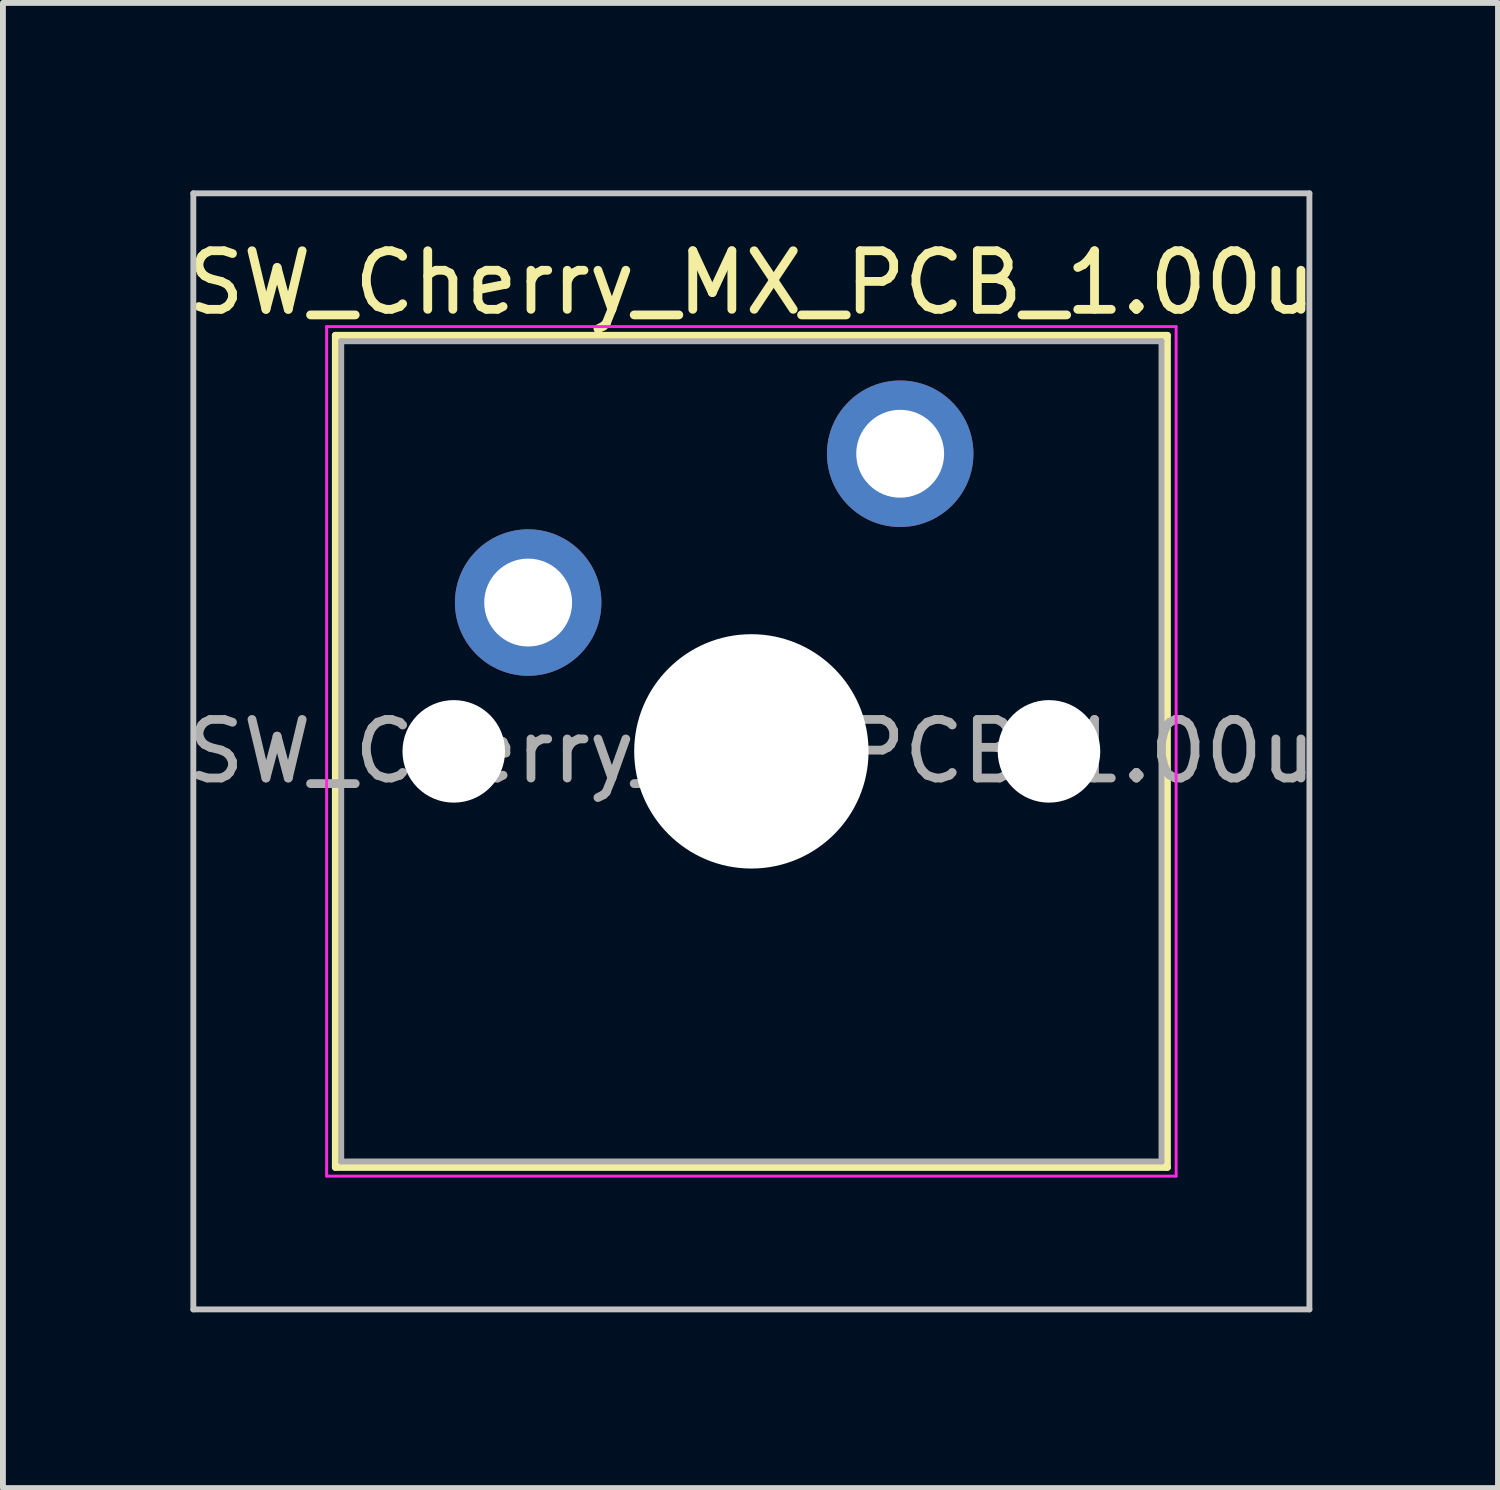
<source format=kicad_pcb>
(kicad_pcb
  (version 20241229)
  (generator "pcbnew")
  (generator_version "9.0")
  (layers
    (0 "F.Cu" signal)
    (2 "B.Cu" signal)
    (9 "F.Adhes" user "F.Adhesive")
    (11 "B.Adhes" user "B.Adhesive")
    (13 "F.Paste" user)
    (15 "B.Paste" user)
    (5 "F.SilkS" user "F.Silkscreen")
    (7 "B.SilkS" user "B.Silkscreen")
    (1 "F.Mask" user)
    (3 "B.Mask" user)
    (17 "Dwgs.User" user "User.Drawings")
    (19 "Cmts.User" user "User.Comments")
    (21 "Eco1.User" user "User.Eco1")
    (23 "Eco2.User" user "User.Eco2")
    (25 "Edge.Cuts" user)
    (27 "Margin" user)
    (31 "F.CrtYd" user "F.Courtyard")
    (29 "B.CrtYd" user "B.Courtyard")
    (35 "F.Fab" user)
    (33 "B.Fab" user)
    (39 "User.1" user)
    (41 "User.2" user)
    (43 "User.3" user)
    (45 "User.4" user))
  (footprint "SW_Cherry_MX_PCB_1.00u"
    (layer "F.Cu")
    (at 0.25 0.25)
    (property "Reference" "SW_Cherry_MX_PCB_1.00u" (at 9.525 1.525 0) (layer "F.SilkS") (effects (font (size 1 1) (thickness 0.15))))
    (attr through_hole)
    (fp_line (start 2.425 2.425) (end 2.425 16.625) (stroke (width 0.12) (type solid)) (layer "F.SilkS"))
    (fp_line (start 2.425 16.625) (end 16.625 16.625) (stroke (width 0.12) (type solid)) (layer "F.SilkS"))
    (fp_line (start 16.625 2.425) (end 2.425 2.425) (stroke (width 0.12) (type solid)) (layer "F.SilkS"))
    (fp_line (start 16.625 16.625) (end 16.625 2.425) (stroke (width 0.12) (type solid)) (layer "F.SilkS"))
    (fp_line (start 0 0) (end 0 19.05) (stroke (width 0.1) (type solid)) (layer "Dwgs.User"))
    (fp_line (start 0 19.05) (end 19.05 19.05) (stroke (width 0.1) (type solid)) (layer "Dwgs.User"))
    (fp_line (start 19.05 0) (end 0 0) (stroke (width 0.1) (type solid)) (layer "Dwgs.User"))
    (fp_line (start 19.05 19.05) (end 19.05 0) (stroke (width 0.1) (type solid)) (layer "Dwgs.User"))
    (fp_line (start 2.525 2.525) (end 2.525 16.525) (stroke (width 0.1) (type solid)) (layer "Eco1.User"))
    (fp_line (start 2.525 16.525) (end 16.525 16.525) (stroke (width 0.1) (type solid)) (layer "Eco1.User"))
    (fp_line (start 16.525 2.525) (end 2.525 2.525) (stroke (width 0.1) (type solid)) (layer "Eco1.User"))
    (fp_line (start 16.525 16.525) (end 16.525 2.525) (stroke (width 0.1) (type solid)) (layer "Eco1.User"))
    (fp_line (start 2.275 2.275) (end 2.275 16.775) (stroke (width 0.05) (type solid)) (layer "F.CrtYd"))
    (fp_line (start 2.275 16.775) (end 16.775 16.775) (stroke (width 0.05) (type solid)) (layer "F.CrtYd"))
    (fp_line (start 16.775 2.275) (end 2.275 2.275) (stroke (width 0.05) (type solid)) (layer "F.CrtYd"))
    (fp_line (start 16.775 16.775) (end 16.775 2.275) (stroke (width 0.05) (type solid)) (layer "F.CrtYd"))
    (fp_line (start 2.525 2.525) (end 2.525 16.525) (stroke (width 0.1) (type solid)) (layer "F.Fab"))
    (fp_line (start 2.525 16.525) (end 16.525 16.525) (stroke (width 0.1) (type solid)) (layer "F.Fab"))
    (fp_line (start 16.525 2.525) (end 2.525 2.525) (stroke (width 0.1) (type solid)) (layer "F.Fab"))
    (fp_line (start 16.525 16.525) (end 16.525 2.525) (stroke (width 0.1) (type solid)) (layer "F.Fab"))
    (fp_text user "${REFERENCE}" (at 9.525 9.525 0) (layer "F.Fab") (effects (font (size 1 1) (thickness 0.15))))
    (pad "" np_thru_hole circle (at 4.445 9.525) (size 1.75 1.75) (drill 1.75) (layers "*.Cu" "*.Mask"))
    (pad "" np_thru_hole circle (at 9.525 9.525) (size 4 4) (drill 4) (layers "*.Cu" "*.Mask"))
    (pad "" np_thru_hole circle (at 14.605 9.525) (size 1.75 1.75) (drill 1.75) (layers "*.Cu" "*.Mask"))
    (pad "1" thru_hole circle (at 5.715 6.985) (size 2.5 2.5) (drill 1.5) (layers "*.Cu" "*.Mask"))
    (pad "2" thru_hole circle (at 12.065 4.445) (size 2.5 2.5) (drill 1.5) (layers "*.Cu" "*.Mask")))
  (gr_rect
    (start -3 -3)
    (end 22.519 22.35)
    (stroke (width 0.1) (type default))
    (fill no)
    (layer "Edge.Cuts")))
</source>
